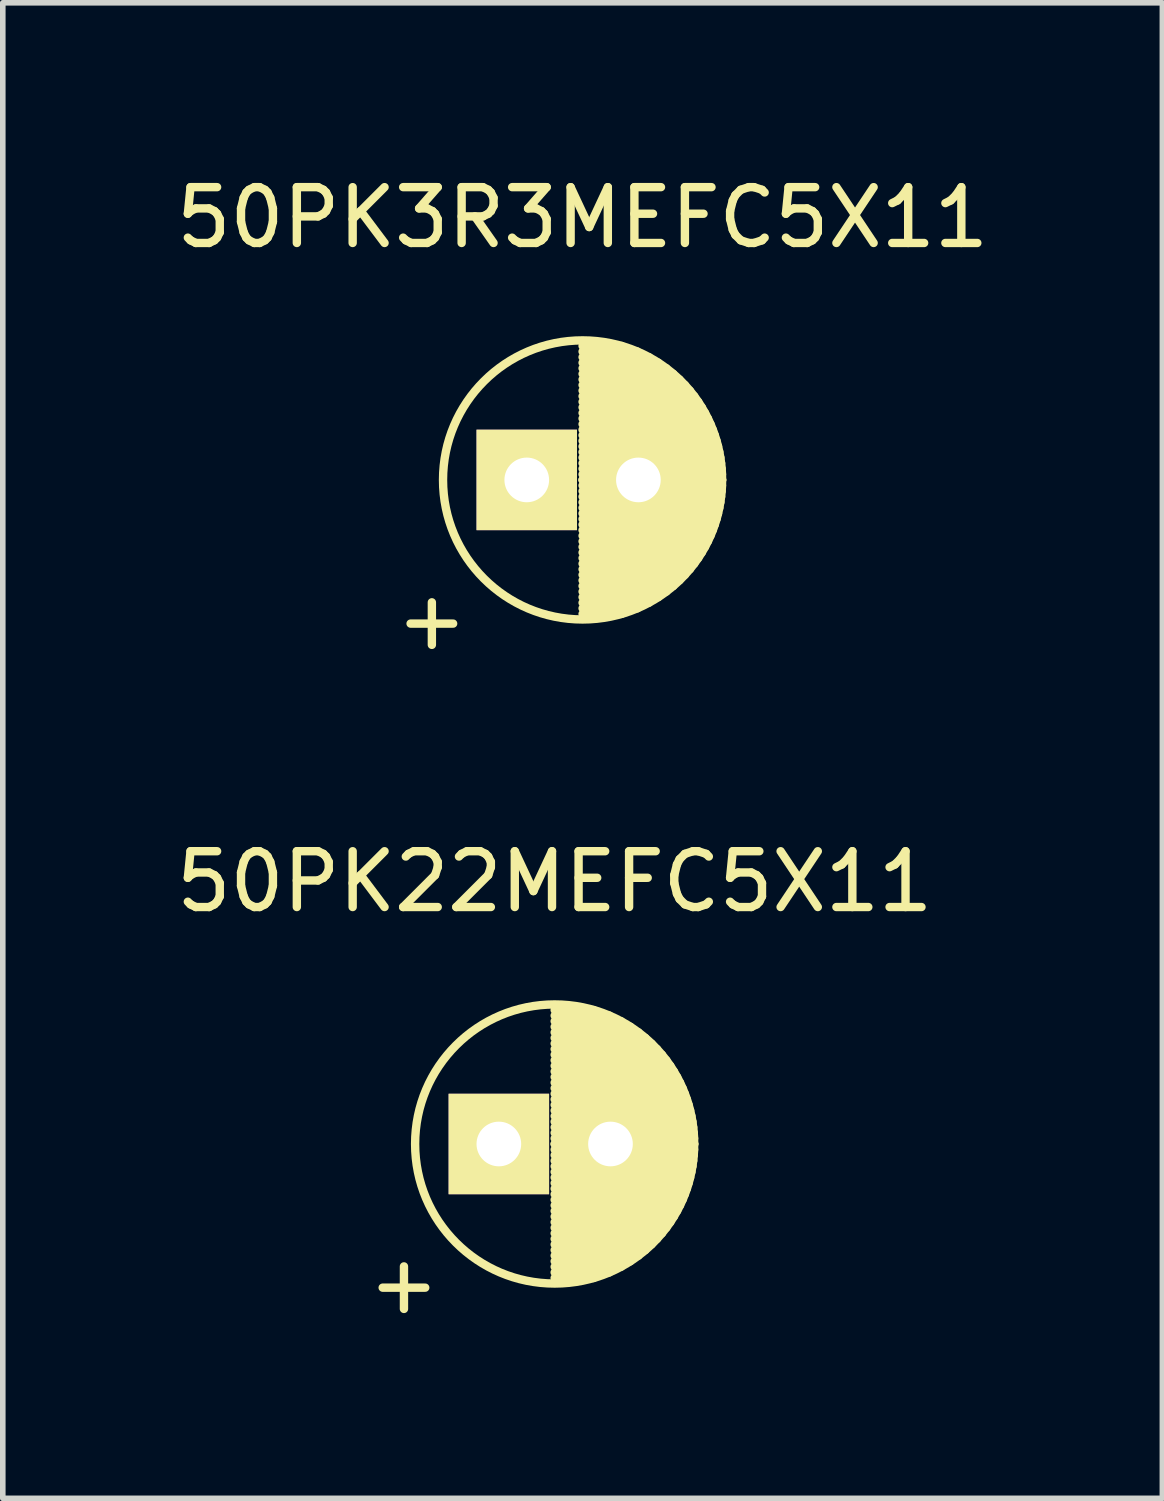
<source format=kicad_pcb>
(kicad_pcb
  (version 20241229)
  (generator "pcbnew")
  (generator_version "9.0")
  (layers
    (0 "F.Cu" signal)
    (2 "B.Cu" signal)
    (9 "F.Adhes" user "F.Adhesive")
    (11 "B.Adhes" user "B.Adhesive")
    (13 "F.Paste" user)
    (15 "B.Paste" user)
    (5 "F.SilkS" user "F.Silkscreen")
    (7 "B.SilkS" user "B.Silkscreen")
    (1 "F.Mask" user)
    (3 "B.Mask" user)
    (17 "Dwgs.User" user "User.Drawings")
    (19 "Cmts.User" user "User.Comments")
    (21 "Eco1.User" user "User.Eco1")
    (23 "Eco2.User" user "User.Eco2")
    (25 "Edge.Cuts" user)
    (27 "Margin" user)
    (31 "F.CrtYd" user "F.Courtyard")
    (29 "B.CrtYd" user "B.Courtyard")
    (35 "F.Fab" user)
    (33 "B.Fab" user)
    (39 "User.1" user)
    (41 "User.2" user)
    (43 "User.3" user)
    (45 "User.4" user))
  (footprint "50PK22MEFC5X11"
    (layer "F.Cu")
    (at 5.887 17.445)
    (property "Reference" "50PK22MEFC5X11" (at 1 -4.7 0) (layer "F.SilkS") (effects (font (size 1 1) (thickness 0.15))))
    (attr through_hole)
    (fp_line (start 1 -2.4) (end 1.7 -2.4) (stroke (width 0.15) (type solid)) (layer "F.SilkS"))
    (fp_line (start 1 -2.3) (end 1.98 -2.3) (stroke (width 0.15) (type solid)) (layer "F.SilkS"))
    (fp_line (start 1 -2.2) (end 2.187 -2.2) (stroke (width 0.15) (type solid)) (layer "F.SilkS"))
    (fp_line (start 1 -2.1) (end 2.356 -2.1) (stroke (width 0.15) (type solid)) (layer "F.SilkS"))
    (fp_line (start 1 -2) (end 2.5 -2) (stroke (width 0.15) (type solid)) (layer "F.SilkS"))
    (fp_line (start 1 -1.9) (end 2.625 -1.9) (stroke (width 0.15) (type solid)) (layer "F.SilkS"))
    (fp_line (start 1 -1.8) (end 2.735 -1.8) (stroke (width 0.15) (type solid)) (layer "F.SilkS"))
    (fp_line (start 1 -1.7) (end 2.833 -1.7) (stroke (width 0.15) (type solid)) (layer "F.SilkS"))
    (fp_line (start 1 -1.6) (end 2.921 -1.6) (stroke (width 0.15) (type solid)) (layer "F.SilkS"))
    (fp_line (start 1 -1.5) (end 3 -1.5) (stroke (width 0.15) (type solid)) (layer "F.SilkS"))
    (fp_line (start 1 -1.4) (end 3.071 -1.4) (stroke (width 0.15) (type solid)) (layer "F.SilkS"))
    (fp_line (start 1 -1.3) (end 3.135 -1.3) (stroke (width 0.15) (type solid)) (layer "F.SilkS"))
    (fp_line (start 1 -1.2) (end 3.193 -1.2) (stroke (width 0.15) (type solid)) (layer "F.SilkS"))
    (fp_line (start 1 -1.1) (end 3.245 -1.1) (stroke (width 0.15) (type solid)) (layer "F.SilkS"))
    (fp_line (start 1 -1) (end 3.291 -1) (stroke (width 0.15) (type solid)) (layer "F.SilkS"))
    (fp_line (start 1 -0.9) (end 3.332 -0.9) (stroke (width 0.15) (type solid)) (layer "F.SilkS"))
    (fp_line (start 1 -0.8) (end 3.369 -0.8) (stroke (width 0.15) (type solid)) (layer "F.SilkS"))
    (fp_line (start 1 -0.7) (end 3.4 -0.7) (stroke (width 0.15) (type solid)) (layer "F.SilkS"))
    (fp_line (start 1 -0.6) (end 3.427 -0.6) (stroke (width 0.15) (type solid)) (layer "F.SilkS"))
    (fp_line (start 1 -0.5) (end 3.449 -0.5) (stroke (width 0.15) (type solid)) (layer "F.SilkS"))
    (fp_line (start 1 -0.4) (end 3.468 -0.4) (stroke (width 0.15) (type solid)) (layer "F.SilkS"))
    (fp_line (start 1 -0.3) (end 3.482 -0.3) (stroke (width 0.15) (type solid)) (layer "F.SilkS"))
    (fp_line (start 1 -0.2) (end 3.492 -0.2) (stroke (width 0.15) (type solid)) (layer "F.SilkS"))
    (fp_line (start 1 -0.1) (end 3.498 -0.1) (stroke (width 0.15) (type solid)) (layer "F.SilkS"))
    (fp_line (start 1 0) (end 3.5 0) (stroke (width 0.15) (type solid)) (layer "F.SilkS"))
    (fp_line (start 1 0) (end 3.5 0) (stroke (width 0.15) (type solid)) (layer "F.SilkS"))
    (fp_line (start 1 0.1) (end 3.498 0.1) (stroke (width 0.15) (type solid)) (layer "F.SilkS"))
    (fp_line (start 1 0.2) (end 3.492 0.2) (stroke (width 0.15) (type solid)) (layer "F.SilkS"))
    (fp_line (start 1 0.3) (end 3.482 0.3) (stroke (width 0.15) (type solid)) (layer "F.SilkS"))
    (fp_line (start 1 0.4) (end 3.468 0.4) (stroke (width 0.15) (type solid)) (layer "F.SilkS"))
    (fp_line (start 1 0.5) (end 3.449 0.5) (stroke (width 0.15) (type solid)) (layer "F.SilkS"))
    (fp_line (start 1 0.6) (end 3.427 0.6) (stroke (width 0.15) (type solid)) (layer "F.SilkS"))
    (fp_line (start 1 0.7) (end 3.4 0.7) (stroke (width 0.15) (type solid)) (layer "F.SilkS"))
    (fp_line (start 1 0.8) (end 3.369 0.8) (stroke (width 0.15) (type solid)) (layer "F.SilkS"))
    (fp_line (start 1 0.9) (end 3.332 0.9) (stroke (width 0.15) (type solid)) (layer "F.SilkS"))
    (fp_line (start 1 1) (end 3.291 1) (stroke (width 0.15) (type solid)) (layer "F.SilkS"))
    (fp_line (start 1 1.1) (end 3.245 1.1) (stroke (width 0.15) (type solid)) (layer "F.SilkS"))
    (fp_line (start 1 1.2) (end 3.193 1.2) (stroke (width 0.15) (type solid)) (layer "F.SilkS"))
    (fp_line (start 1 1.3) (end 3.135 1.3) (stroke (width 0.15) (type solid)) (layer "F.SilkS"))
    (fp_line (start 1 1.4) (end 3.071 1.4) (stroke (width 0.15) (type solid)) (layer "F.SilkS"))
    (fp_line (start 1 1.5) (end 3 1.5) (stroke (width 0.15) (type solid)) (layer "F.SilkS"))
    (fp_line (start 1 1.6) (end 2.921 1.6) (stroke (width 0.15) (type solid)) (layer "F.SilkS"))
    (fp_line (start 1 1.7) (end 2.833 1.7) (stroke (width 0.15) (type solid)) (layer "F.SilkS"))
    (fp_line (start 1 1.8) (end 2.735 1.8) (stroke (width 0.15) (type solid)) (layer "F.SilkS"))
    (fp_line (start 1 1.9) (end 2.625 1.9) (stroke (width 0.15) (type solid)) (layer "F.SilkS"))
    (fp_line (start 1 2) (end 2.5 2) (stroke (width 0.15) (type solid)) (layer "F.SilkS"))
    (fp_line (start 1 2.1) (end 2.356 2.1) (stroke (width 0.15) (type solid)) (layer "F.SilkS"))
    (fp_line (start 1 2.2) (end 2.187 2.2) (stroke (width 0.15) (type solid)) (layer "F.SilkS"))
    (fp_line (start 1 2.3) (end 1.98 2.3) (stroke (width 0.15) (type solid)) (layer "F.SilkS"))
    (fp_line (start 1 2.4) (end 1.7 2.4) (stroke (width 0.15) (type solid)) (layer "F.SilkS"))
    (fp_circle (center 1 0) (end 1 -2.5) (stroke (width 0.15) (type solid)) (fill no) (layer "F.SilkS"))
    (fp_text user "+" (at -1.7 2.5 0) (layer "F.SilkS") (effects (font (size 1 1) (thickness 0.15))))
    (pad "1" thru_hole rect (at 0 0) (size 1.8 1.8) (drill 0.8) (layers "*.Cu" "*.Mask" "F.SilkS"))
    (pad "2" thru_hole circle (at 2 0) (size 1.8 1.8) (drill 0.8) (layers "*.Cu" "*.Mask" "F.SilkS")))
  (footprint "50PK3R3MEFC5X11"
    (layer "F.Cu")
    (at 6.387 5.548)
    (property "Reference" "50PK3R3MEFC5X11" (at 1 -4.7 0) (layer "F.SilkS") (effects (font (size 1 1) (thickness 0.15))))
    (attr through_hole)
    (fp_line (start 1 -2.4) (end 1.7 -2.4) (stroke (width 0.15) (type solid)) (layer "F.SilkS"))
    (fp_line (start 1 -2.3) (end 1.98 -2.3) (stroke (width 0.15) (type solid)) (layer "F.SilkS"))
    (fp_line (start 1 -2.2) (end 2.187 -2.2) (stroke (width 0.15) (type solid)) (layer "F.SilkS"))
    (fp_line (start 1 -2.1) (end 2.356 -2.1) (stroke (width 0.15) (type solid)) (layer "F.SilkS"))
    (fp_line (start 1 -2) (end 2.5 -2) (stroke (width 0.15) (type solid)) (layer "F.SilkS"))
    (fp_line (start 1 -1.9) (end 2.625 -1.9) (stroke (width 0.15) (type solid)) (layer "F.SilkS"))
    (fp_line (start 1 -1.8) (end 2.735 -1.8) (stroke (width 0.15) (type solid)) (layer "F.SilkS"))
    (fp_line (start 1 -1.7) (end 2.833 -1.7) (stroke (width 0.15) (type solid)) (layer "F.SilkS"))
    (fp_line (start 1 -1.6) (end 2.921 -1.6) (stroke (width 0.15) (type solid)) (layer "F.SilkS"))
    (fp_line (start 1 -1.5) (end 3 -1.5) (stroke (width 0.15) (type solid)) (layer "F.SilkS"))
    (fp_line (start 1 -1.4) (end 3.071 -1.4) (stroke (width 0.15) (type solid)) (layer "F.SilkS"))
    (fp_line (start 1 -1.3) (end 3.135 -1.3) (stroke (width 0.15) (type solid)) (layer "F.SilkS"))
    (fp_line (start 1 -1.2) (end 3.193 -1.2) (stroke (width 0.15) (type solid)) (layer "F.SilkS"))
    (fp_line (start 1 -1.1) (end 3.245 -1.1) (stroke (width 0.15) (type solid)) (layer "F.SilkS"))
    (fp_line (start 1 -1) (end 3.291 -1) (stroke (width 0.15) (type solid)) (layer "F.SilkS"))
    (fp_line (start 1 -0.9) (end 3.332 -0.9) (stroke (width 0.15) (type solid)) (layer "F.SilkS"))
    (fp_line (start 1 -0.8) (end 3.369 -0.8) (stroke (width 0.15) (type solid)) (layer "F.SilkS"))
    (fp_line (start 1 -0.7) (end 3.4 -0.7) (stroke (width 0.15) (type solid)) (layer "F.SilkS"))
    (fp_line (start 1 -0.6) (end 3.427 -0.6) (stroke (width 0.15) (type solid)) (layer "F.SilkS"))
    (fp_line (start 1 -0.5) (end 3.449 -0.5) (stroke (width 0.15) (type solid)) (layer "F.SilkS"))
    (fp_line (start 1 -0.4) (end 3.468 -0.4) (stroke (width 0.15) (type solid)) (layer "F.SilkS"))
    (fp_line (start 1 -0.3) (end 3.482 -0.3) (stroke (width 0.15) (type solid)) (layer "F.SilkS"))
    (fp_line (start 1 -0.2) (end 3.492 -0.2) (stroke (width 0.15) (type solid)) (layer "F.SilkS"))
    (fp_line (start 1 -0.1) (end 3.498 -0.1) (stroke (width 0.15) (type solid)) (layer "F.SilkS"))
    (fp_line (start 1 0) (end 3.5 0) (stroke (width 0.15) (type solid)) (layer "F.SilkS"))
    (fp_line (start 1 0) (end 3.5 0) (stroke (width 0.15) (type solid)) (layer "F.SilkS"))
    (fp_line (start 1 0.1) (end 3.498 0.1) (stroke (width 0.15) (type solid)) (layer "F.SilkS"))
    (fp_line (start 1 0.2) (end 3.492 0.2) (stroke (width 0.15) (type solid)) (layer "F.SilkS"))
    (fp_line (start 1 0.3) (end 3.482 0.3) (stroke (width 0.15) (type solid)) (layer "F.SilkS"))
    (fp_line (start 1 0.4) (end 3.468 0.4) (stroke (width 0.15) (type solid)) (layer "F.SilkS"))
    (fp_line (start 1 0.5) (end 3.449 0.5) (stroke (width 0.15) (type solid)) (layer "F.SilkS"))
    (fp_line (start 1 0.6) (end 3.427 0.6) (stroke (width 0.15) (type solid)) (layer "F.SilkS"))
    (fp_line (start 1 0.7) (end 3.4 0.7) (stroke (width 0.15) (type solid)) (layer "F.SilkS"))
    (fp_line (start 1 0.8) (end 3.369 0.8) (stroke (width 0.15) (type solid)) (layer "F.SilkS"))
    (fp_line (start 1 0.9) (end 3.332 0.9) (stroke (width 0.15) (type solid)) (layer "F.SilkS"))
    (fp_line (start 1 1) (end 3.291 1) (stroke (width 0.15) (type solid)) (layer "F.SilkS"))
    (fp_line (start 1 1.1) (end 3.245 1.1) (stroke (width 0.15) (type solid)) (layer "F.SilkS"))
    (fp_line (start 1 1.2) (end 3.193 1.2) (stroke (width 0.15) (type solid)) (layer "F.SilkS"))
    (fp_line (start 1 1.3) (end 3.135 1.3) (stroke (width 0.15) (type solid)) (layer "F.SilkS"))
    (fp_line (start 1 1.4) (end 3.071 1.4) (stroke (width 0.15) (type solid)) (layer "F.SilkS"))
    (fp_line (start 1 1.5) (end 3 1.5) (stroke (width 0.15) (type solid)) (layer "F.SilkS"))
    (fp_line (start 1 1.6) (end 2.921 1.6) (stroke (width 0.15) (type solid)) (layer "F.SilkS"))
    (fp_line (start 1 1.7) (end 2.833 1.7) (stroke (width 0.15) (type solid)) (layer "F.SilkS"))
    (fp_line (start 1 1.8) (end 2.735 1.8) (stroke (width 0.15) (type solid)) (layer "F.SilkS"))
    (fp_line (start 1 1.9) (end 2.625 1.9) (stroke (width 0.15) (type solid)) (layer "F.SilkS"))
    (fp_line (start 1 2) (end 2.5 2) (stroke (width 0.15) (type solid)) (layer "F.SilkS"))
    (fp_line (start 1 2.1) (end 2.356 2.1) (stroke (width 0.15) (type solid)) (layer "F.SilkS"))
    (fp_line (start 1 2.2) (end 2.187 2.2) (stroke (width 0.15) (type solid)) (layer "F.SilkS"))
    (fp_line (start 1 2.3) (end 1.98 2.3) (stroke (width 0.15) (type solid)) (layer "F.SilkS"))
    (fp_line (start 1 2.4) (end 1.7 2.4) (stroke (width 0.15) (type solid)) (layer "F.SilkS"))
    (fp_circle (center 1 0) (end 1 -2.5) (stroke (width 0.15) (type solid)) (fill no) (layer "F.SilkS"))
    (fp_text user "+" (at -1.7 2.5 0) (layer "F.SilkS") (effects (font (size 1 1) (thickness 0.15))))
    (pad "1" thru_hole rect (at 0 0) (size 1.8 1.8) (drill 0.8) (layers "*.Cu" "*.Mask" "F.SilkS"))
    (pad "2" thru_hole circle (at 2 0) (size 1.8 1.8) (drill 0.8) (layers "*.Cu" "*.Mask" "F.SilkS")))
  (gr_rect
    (start -3 -3)
    (end 17.774 23.793)
    (stroke (width 0.1) (type default))
    (fill no)
    (layer "Edge.Cuts")))
</source>
